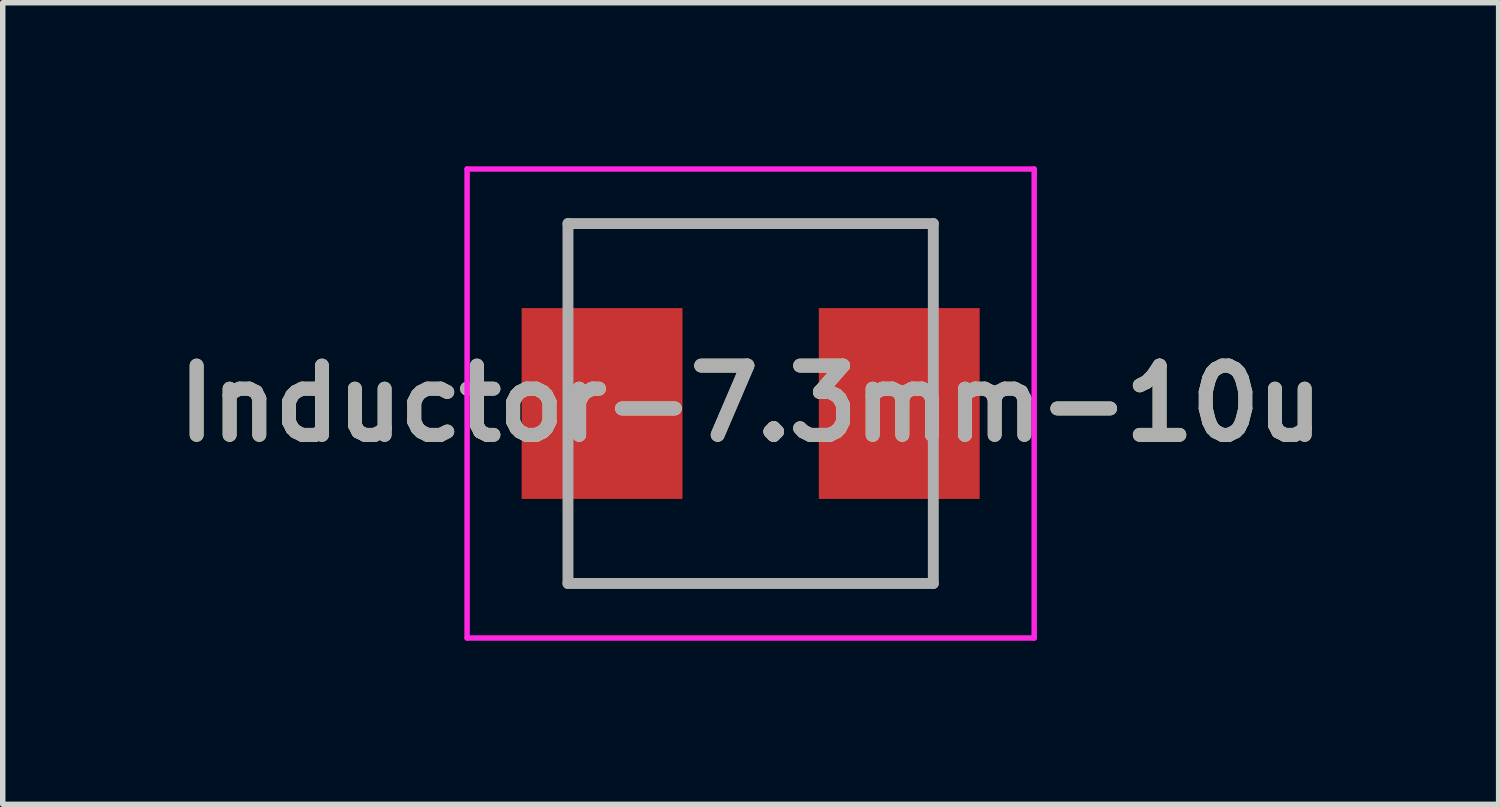
<source format=kicad_pcb>
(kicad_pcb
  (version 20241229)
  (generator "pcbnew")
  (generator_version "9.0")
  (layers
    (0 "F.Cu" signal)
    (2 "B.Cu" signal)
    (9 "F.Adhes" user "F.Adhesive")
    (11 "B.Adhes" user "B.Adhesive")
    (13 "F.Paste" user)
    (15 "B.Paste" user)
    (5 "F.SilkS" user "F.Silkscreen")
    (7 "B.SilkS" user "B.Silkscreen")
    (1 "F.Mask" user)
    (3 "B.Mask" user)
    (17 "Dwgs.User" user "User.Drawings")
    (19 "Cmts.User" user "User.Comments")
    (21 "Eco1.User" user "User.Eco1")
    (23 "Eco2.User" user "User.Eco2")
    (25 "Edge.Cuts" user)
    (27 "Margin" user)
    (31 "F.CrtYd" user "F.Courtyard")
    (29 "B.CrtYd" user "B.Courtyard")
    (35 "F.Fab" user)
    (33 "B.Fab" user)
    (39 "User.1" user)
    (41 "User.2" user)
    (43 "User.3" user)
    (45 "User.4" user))
  (footprint "Inductor-7.3mm-10u"
    (layer "F.Cu")
    (at 10.716 4.35)
    (property "Reference" "Inductor-7.3mm-10u" (at 0 0 0) (layer "F.SilkS") (effects (font (size 1.27 1.27) (thickness 0.254))))
    (attr smd)
    (fp_line (start -3.35 -3.3) (end 3.35 -3.3) (stroke (width 0.1) (type solid)) (layer "F.SilkS"))
    (fp_line (start -3.35 -2.5) (end -3.35 -3.3) (stroke (width 0.1) (type solid)) (layer "F.SilkS"))
    (fp_line (start -3.35 2.5) (end -3.35 3.3) (stroke (width 0.1) (type solid)) (layer "F.SilkS"))
    (fp_line (start -3.35 3.3) (end 3.35 3.3) (stroke (width 0.1) (type solid)) (layer "F.SilkS"))
    (fp_line (start 3.35 -3.3) (end 3.35 -2.5) (stroke (width 0.1) (type solid)) (layer "F.SilkS"))
    (fp_line (start 3.35 2.5) (end 3.35 3) (stroke (width 0.1) (type solid)) (layer "F.SilkS"))
    (fp_line (start 3.35 3.3) (end 3.35 3) (stroke (width 0.1) (type solid)) (layer "F.SilkS"))
    (fp_line (start -5.2 -4.3) (end 5.2 -4.3) (stroke (width 0.1) (type solid)) (layer "F.CrtYd"))
    (fp_line (start -5.2 4.3) (end -5.2 -4.3) (stroke (width 0.1) (type solid)) (layer "F.CrtYd"))
    (fp_line (start 5.2 -4.3) (end 5.2 4.3) (stroke (width 0.1) (type solid)) (layer "F.CrtYd"))
    (fp_line (start 5.2 4.3) (end -5.2 4.3) (stroke (width 0.1) (type solid)) (layer "F.CrtYd"))
    (fp_line (start -3.35 -3.3) (end 3.35 -3.3) (stroke (width 0.2) (type solid)) (layer "F.Fab"))
    (fp_line (start -3.35 3.3) (end -3.35 -3.3) (stroke (width 0.2) (type solid)) (layer "F.Fab"))
    (fp_line (start 3.35 -3.3) (end 3.35 3.3) (stroke (width 0.2) (type solid)) (layer "F.Fab"))
    (fp_line (start 3.35 3.3) (end -3.35 3.3) (stroke (width 0.2) (type solid)) (layer "F.Fab"))
    (fp_text user "${REFERENCE}" (at 0 0 0) (layer "F.Fab") (effects (font (size 1.27 1.27) (thickness 0.254))))
    (pad "1" smd rect (at -2.725 0) (size 2.95 3.5) (layers "F.Cu" "F.Mask" "F.Paste"))
    (pad "2" smd rect (at 2.725 0) (size 2.95 3.5) (layers "F.Cu" "F.Mask" "F.Paste")))
  (gr_rect
    (start -3 -3)
    (end 24.433 11.7)
    (stroke (width 0.1) (type default))
    (fill no)
    (layer "Edge.Cuts")))
</source>
